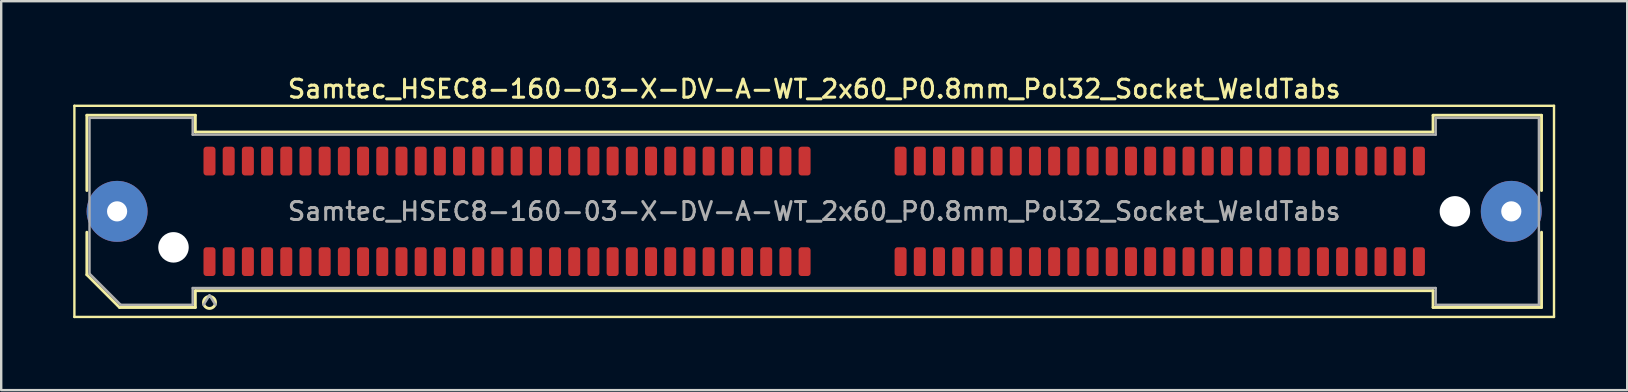
<source format=kicad_pcb>
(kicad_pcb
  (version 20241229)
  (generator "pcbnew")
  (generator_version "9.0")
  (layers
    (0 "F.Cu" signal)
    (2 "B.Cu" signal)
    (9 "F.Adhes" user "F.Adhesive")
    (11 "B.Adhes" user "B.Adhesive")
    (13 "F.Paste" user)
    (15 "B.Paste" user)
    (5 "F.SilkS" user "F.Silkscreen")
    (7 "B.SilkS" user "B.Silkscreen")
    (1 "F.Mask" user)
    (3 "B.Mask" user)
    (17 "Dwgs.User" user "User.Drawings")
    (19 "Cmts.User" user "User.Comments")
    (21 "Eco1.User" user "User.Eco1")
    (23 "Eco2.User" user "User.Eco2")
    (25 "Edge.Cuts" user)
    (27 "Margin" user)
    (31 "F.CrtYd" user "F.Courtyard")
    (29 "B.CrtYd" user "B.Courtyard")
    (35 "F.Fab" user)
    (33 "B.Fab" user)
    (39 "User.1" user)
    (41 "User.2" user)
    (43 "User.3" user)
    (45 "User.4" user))
  (footprint "Samtec_HSEC8-160-03-X-DV-A-WT_2x60_P0.8mm_Pol32_Socket_WeldTabs"
    (layer "F.Cu")
    (at 30.88 5.758)
    (property "Reference" "Samtec_HSEC8-160-03-X-DV-A-WT_2x60_P0.8mm_Pol32_Socket_WeldTabs" (at 0 -5.1 0) (layer "F.SilkS") (effects (font (size 0.75 0.75) (thickness 0.125))))
    (attr smd)
    (fp_line (start -30.83 -4.4) (end -30.83 4.4) (stroke (width 0.1) (type solid)) (layer "F.SilkS"))
    (fp_line (start -30.83 4.4) (end 30.83 4.4) (stroke (width 0.1) (type solid)) (layer "F.SilkS"))
    (fp_line (start -30.31 -4.005) (end -25.79 -4.005) (stroke (width 0.12) (type solid)) (layer "F.SilkS"))
    (fp_line (start -30.31 -0.868) (end -30.31 -4.005) (stroke (width 0.12) (type solid)) (layer "F.SilkS"))
    (fp_line (start -30.31 2.641) (end -30.31 0.868) (stroke (width 0.12) (type solid)) (layer "F.SilkS"))
    (fp_line (start -28.946 4.005) (end -30.31 2.641) (stroke (width 0.12) (type solid)) (layer "F.SilkS"))
    (fp_line (start -25.79 -4.005) (end -25.79 -3.305) (stroke (width 0.12) (type solid)) (layer "F.SilkS"))
    (fp_line (start -25.79 -3.305) (end 25.79 -3.305) (stroke (width 0.12) (type solid)) (layer "F.SilkS"))
    (fp_line (start -25.79 3.305) (end -25.79 4.005) (stroke (width 0.12) (type solid)) (layer "F.SilkS"))
    (fp_line (start -25.79 4.005) (end -28.946 4.005) (stroke (width 0.12) (type solid)) (layer "F.SilkS"))
    (fp_line (start 25.79 -4.005) (end 30.31 -4.005) (stroke (width 0.12) (type solid)) (layer "F.SilkS"))
    (fp_line (start 25.79 -3.305) (end 25.79 -4.005) (stroke (width 0.12) (type solid)) (layer "F.SilkS"))
    (fp_line (start 25.79 3.305) (end -25.79 3.305) (stroke (width 0.12) (type solid)) (layer "F.SilkS"))
    (fp_line (start 25.79 4.005) (end 25.79 3.305) (stroke (width 0.12) (type solid)) (layer "F.SilkS"))
    (fp_line (start 30.31 -4.005) (end 30.31 -0.868) (stroke (width 0.12) (type solid)) (layer "F.SilkS"))
    (fp_line (start 30.31 0.868) (end 30.31 4.005) (stroke (width 0.12) (type solid)) (layer "F.SilkS"))
    (fp_line (start 30.31 4.005) (end 25.79 4.005) (stroke (width 0.12) (type solid)) (layer "F.SilkS"))
    (fp_line (start 30.83 -4.4) (end -30.83 -4.4) (stroke (width 0.1) (type solid)) (layer "F.SilkS"))
    (fp_line (start 30.83 4.4) (end 30.83 -4.4) (stroke (width 0.1) (type solid)) (layer "F.SilkS"))
    (fp_arc (start -24.95 3.795) (mid -25.45 3.795) (end -24.95 3.795) (stroke (width 0.12) (type solid)) (layer "F.SilkS"))
    (fp_line (start -30.2 -3.895) (end -25.9 -3.895) (stroke (width 0.1) (type solid)) (layer "F.Fab"))
    (fp_line (start -30.2 2.595) (end -30.2 -3.895) (stroke (width 0.1) (type solid)) (layer "F.Fab"))
    (fp_line (start -28.9 3.895) (end -30.2 2.595) (stroke (width 0.1) (type solid)) (layer "F.Fab"))
    (fp_line (start -25.9 -3.895) (end -25.9 -3.195) (stroke (width 0.1) (type solid)) (layer "F.Fab"))
    (fp_line (start -25.9 -3.195) (end 25.9 -3.195) (stroke (width 0.1) (type solid)) (layer "F.Fab"))
    (fp_line (start -25.9 3.195) (end -25.9 3.895) (stroke (width 0.1) (type solid)) (layer "F.Fab"))
    (fp_line (start -25.9 3.895) (end -28.9 3.895) (stroke (width 0.1) (type solid)) (layer "F.Fab"))
    (fp_line (start -25.2 3.495) (end -25.45 3.895) (stroke (width 0.1) (type solid)) (layer "F.Fab"))
    (fp_line (start -25.2 3.495) (end -24.95 3.895) (stroke (width 0.1) (type solid)) (layer "F.Fab"))
    (fp_line (start 25.9 -3.895) (end 30.2 -3.895) (stroke (width 0.1) (type solid)) (layer "F.Fab"))
    (fp_line (start 25.9 -3.195) (end 25.9 -3.895) (stroke (width 0.1) (type solid)) (layer "F.Fab"))
    (fp_line (start 25.9 3.195) (end -25.9 3.195) (stroke (width 0.1) (type solid)) (layer "F.Fab"))
    (fp_line (start 25.9 3.895) (end 25.9 3.195) (stroke (width 0.1) (type solid)) (layer "F.Fab"))
    (fp_line (start 30.2 -3.895) (end 30.2 3.895) (stroke (width 0.1) (type solid)) (layer "F.Fab"))
    (fp_line (start 30.2 3.895) (end 25.9 3.895) (stroke (width 0.1) (type solid)) (layer "F.Fab"))
    (fp_text user "${REFERENCE}" (at 0 0 0) (layer "F.Fab") (effects (font (size 0.75 0.75) (thickness 0.125))))
    (pad "" thru_hole circle (at -29.05 0) (size 2.54 2.54) (drill 0.84) (layers "*.Cu" "*.Mask" "F.Paste"))
    (pad "" np_thru_hole circle (at -26.7 1.5) (size 1.27 1.27) (drill 1.27) (layers "*.Cu" "*.Mask"))
    (pad "" np_thru_hole circle (at 26.7 0) (size 1.27 1.27) (drill 1.27) (layers "*.Cu" "*.Mask"))
    (pad "" thru_hole circle (at 29.05 0) (size 2.54 2.54) (drill 0.84) (layers "*.Cu" "*.Mask" "F.Paste"))
    (pad "1" smd roundrect (at -25.2 2.095) (size 0.5 1.2) (layers "F.Cu" "F.Mask" "F.Paste") (roundrect_rratio 0.25))
    (pad "2" smd roundrect (at -25.2 -2.095) (size 0.5 1.2) (layers "F.Cu" "F.Mask" "F.Paste") (roundrect_rratio 0.25))
    (pad "3" smd roundrect (at -24.4 2.095) (size 0.5 1.2) (layers "F.Cu" "F.Mask" "F.Paste") (roundrect_rratio 0.25))
    (pad "4" smd roundrect (at -24.4 -2.095) (size 0.5 1.2) (layers "F.Cu" "F.Mask" "F.Paste") (roundrect_rratio 0.25))
    (pad "5" smd roundrect (at -23.6 2.095) (size 0.5 1.2) (layers "F.Cu" "F.Mask" "F.Paste") (roundrect_rratio 0.25))
    (pad "6" smd roundrect (at -23.6 -2.095) (size 0.5 1.2) (layers "F.Cu" "F.Mask" "F.Paste") (roundrect_rratio 0.25))
    (pad "7" smd roundrect (at -22.8 2.095) (size 0.5 1.2) (layers "F.Cu" "F.Mask" "F.Paste") (roundrect_rratio 0.25))
    (pad "8" smd roundrect (at -22.8 -2.095) (size 0.5 1.2) (layers "F.Cu" "F.Mask" "F.Paste") (roundrect_rratio 0.25))
    (pad "9" smd roundrect (at -22 2.095) (size 0.5 1.2) (layers "F.Cu" "F.Mask" "F.Paste") (roundrect_rratio 0.25))
    (pad "10" smd roundrect (at -22 -2.095) (size 0.5 1.2) (layers "F.Cu" "F.Mask" "F.Paste") (roundrect_rratio 0.25))
    (pad "11" smd roundrect (at -21.2 2.095) (size 0.5 1.2) (layers "F.Cu" "F.Mask" "F.Paste") (roundrect_rratio 0.25))
    (pad "12" smd roundrect (at -21.2 -2.095) (size 0.5 1.2) (layers "F.Cu" "F.Mask" "F.Paste") (roundrect_rratio 0.25))
    (pad "13" smd roundrect (at -20.4 2.095) (size 0.5 1.2) (layers "F.Cu" "F.Mask" "F.Paste") (roundrect_rratio 0.25))
    (pad "14" smd roundrect (at -20.4 -2.095) (size 0.5 1.2) (layers "F.Cu" "F.Mask" "F.Paste") (roundrect_rratio 0.25))
    (pad "15" smd roundrect (at -19.6 2.095) (size 0.5 1.2) (layers "F.Cu" "F.Mask" "F.Paste") (roundrect_rratio 0.25))
    (pad "16" smd roundrect (at -19.6 -2.095) (size 0.5 1.2) (layers "F.Cu" "F.Mask" "F.Paste") (roundrect_rratio 0.25))
    (pad "17" smd roundrect (at -18.8 2.095) (size 0.5 1.2) (layers "F.Cu" "F.Mask" "F.Paste") (roundrect_rratio 0.25))
    (pad "18" smd roundrect (at -18.8 -2.095) (size 0.5 1.2) (layers "F.Cu" "F.Mask" "F.Paste") (roundrect_rratio 0.25))
    (pad "19" smd roundrect (at -18 2.095) (size 0.5 1.2) (layers "F.Cu" "F.Mask" "F.Paste") (roundrect_rratio 0.25))
    (pad "20" smd roundrect (at -18 -2.095) (size 0.5 1.2) (layers "F.Cu" "F.Mask" "F.Paste") (roundrect_rratio 0.25))
    (pad "21" smd roundrect (at -17.2 2.095) (size 0.5 1.2) (layers "F.Cu" "F.Mask" "F.Paste") (roundrect_rratio 0.25))
    (pad "22" smd roundrect (at -17.2 -2.095) (size 0.5 1.2) (layers "F.Cu" "F.Mask" "F.Paste") (roundrect_rratio 0.25))
    (pad "23" smd roundrect (at -16.4 2.095) (size 0.5 1.2) (layers "F.Cu" "F.Mask" "F.Paste") (roundrect_rratio 0.25))
    (pad "24" smd roundrect (at -16.4 -2.095) (size 0.5 1.2) (layers "F.Cu" "F.Mask" "F.Paste") (roundrect_rratio 0.25))
    (pad "25" smd roundrect (at -15.6 2.095) (size 0.5 1.2) (layers "F.Cu" "F.Mask" "F.Paste") (roundrect_rratio 0.25))
    (pad "26" smd roundrect (at -15.6 -2.095) (size 0.5 1.2) (layers "F.Cu" "F.Mask" "F.Paste") (roundrect_rratio 0.25))
    (pad "27" smd roundrect (at -14.8 2.095) (size 0.5 1.2) (layers "F.Cu" "F.Mask" "F.Paste") (roundrect_rratio 0.25))
    (pad "28" smd roundrect (at -14.8 -2.095) (size 0.5 1.2) (layers "F.Cu" "F.Mask" "F.Paste") (roundrect_rratio 0.25))
    (pad "29" smd roundrect (at -14 2.095) (size 0.5 1.2) (layers "F.Cu" "F.Mask" "F.Paste") (roundrect_rratio 0.25))
    (pad "30" smd roundrect (at -14 -2.095) (size 0.5 1.2) (layers "F.Cu" "F.Mask" "F.Paste") (roundrect_rratio 0.25))
    (pad "31" smd roundrect (at -13.2 2.095) (size 0.5 1.2) (layers "F.Cu" "F.Mask" "F.Paste") (roundrect_rratio 0.25))
    (pad "32" smd roundrect (at -13.2 -2.095) (size 0.5 1.2) (layers "F.Cu" "F.Mask" "F.Paste") (roundrect_rratio 0.25))
    (pad "33" smd roundrect (at -12.4 2.095) (size 0.5 1.2) (layers "F.Cu" "F.Mask" "F.Paste") (roundrect_rratio 0.25))
    (pad "34" smd roundrect (at -12.4 -2.095) (size 0.5 1.2) (layers "F.Cu" "F.Mask" "F.Paste") (roundrect_rratio 0.25))
    (pad "35" smd roundrect (at -11.6 2.095) (size 0.5 1.2) (layers "F.Cu" "F.Mask" "F.Paste") (roundrect_rratio 0.25))
    (pad "36" smd roundrect (at -11.6 -2.095) (size 0.5 1.2) (layers "F.Cu" "F.Mask" "F.Paste") (roundrect_rratio 0.25))
    (pad "37" smd roundrect (at -10.8 2.095) (size 0.5 1.2) (layers "F.Cu" "F.Mask" "F.Paste") (roundrect_rratio 0.25))
    (pad "38" smd roundrect (at -10.8 -2.095) (size 0.5 1.2) (layers "F.Cu" "F.Mask" "F.Paste") (roundrect_rratio 0.25))
    (pad "39" smd roundrect (at -10 2.095) (size 0.5 1.2) (layers "F.Cu" "F.Mask" "F.Paste") (roundrect_rratio 0.25))
    (pad "40" smd roundrect (at -10 -2.095) (size 0.5 1.2) (layers "F.Cu" "F.Mask" "F.Paste") (roundrect_rratio 0.25))
    (pad "41" smd roundrect (at -9.2 2.095) (size 0.5 1.2) (layers "F.Cu" "F.Mask" "F.Paste") (roundrect_rratio 0.25))
    (pad "42" smd roundrect (at -9.2 -2.095) (size 0.5 1.2) (layers "F.Cu" "F.Mask" "F.Paste") (roundrect_rratio 0.25))
    (pad "43" smd roundrect (at -8.4 2.095) (size 0.5 1.2) (layers "F.Cu" "F.Mask" "F.Paste") (roundrect_rratio 0.25))
    (pad "44" smd roundrect (at -8.4 -2.095) (size 0.5 1.2) (layers "F.Cu" "F.Mask" "F.Paste") (roundrect_rratio 0.25))
    (pad "45" smd roundrect (at -7.6 2.095) (size 0.5 1.2) (layers "F.Cu" "F.Mask" "F.Paste") (roundrect_rratio 0.25))
    (pad "46" smd roundrect (at -7.6 -2.095) (size 0.5 1.2) (layers "F.Cu" "F.Mask" "F.Paste") (roundrect_rratio 0.25))
    (pad "47" smd roundrect (at -6.8 2.095) (size 0.5 1.2) (layers "F.Cu" "F.Mask" "F.Paste") (roundrect_rratio 0.25))
    (pad "48" smd roundrect (at -6.8 -2.095) (size 0.5 1.2) (layers "F.Cu" "F.Mask" "F.Paste") (roundrect_rratio 0.25))
    (pad "49" smd roundrect (at -6 2.095) (size 0.5 1.2) (layers "F.Cu" "F.Mask" "F.Paste") (roundrect_rratio 0.25))
    (pad "50" smd roundrect (at -6 -2.095) (size 0.5 1.2) (layers "F.Cu" "F.Mask" "F.Paste") (roundrect_rratio 0.25))
    (pad "51" smd roundrect (at -5.2 2.095) (size 0.5 1.2) (layers "F.Cu" "F.Mask" "F.Paste") (roundrect_rratio 0.25))
    (pad "52" smd roundrect (at -5.2 -2.095) (size 0.5 1.2) (layers "F.Cu" "F.Mask" "F.Paste") (roundrect_rratio 0.25))
    (pad "53" smd roundrect (at -4.4 2.095) (size 0.5 1.2) (layers "F.Cu" "F.Mask" "F.Paste") (roundrect_rratio 0.25))
    (pad "54" smd roundrect (at -4.4 -2.095) (size 0.5 1.2) (layers "F.Cu" "F.Mask" "F.Paste") (roundrect_rratio 0.25))
    (pad "55" smd roundrect (at -3.6 2.095) (size 0.5 1.2) (layers "F.Cu" "F.Mask" "F.Paste") (roundrect_rratio 0.25))
    (pad "56" smd roundrect (at -3.6 -2.095) (size 0.5 1.2) (layers "F.Cu" "F.Mask" "F.Paste") (roundrect_rratio 0.25))
    (pad "57" smd roundrect (at -2.8 2.095) (size 0.5 1.2) (layers "F.Cu" "F.Mask" "F.Paste") (roundrect_rratio 0.25))
    (pad "58" smd roundrect (at -2.8 -2.095) (size 0.5 1.2) (layers "F.Cu" "F.Mask" "F.Paste") (roundrect_rratio 0.25))
    (pad "59" smd roundrect (at -2 2.095) (size 0.5 1.2) (layers "F.Cu" "F.Mask" "F.Paste") (roundrect_rratio 0.25))
    (pad "60" smd roundrect (at -2 -2.095) (size 0.5 1.2) (layers "F.Cu" "F.Mask" "F.Paste") (roundrect_rratio 0.25))
    (pad "61" smd roundrect (at -1.2 2.095) (size 0.5 1.2) (layers "F.Cu" "F.Mask" "F.Paste") (roundrect_rratio 0.25))
    (pad "62" smd roundrect (at -1.2 -2.095) (size 0.5 1.2) (layers "F.Cu" "F.Mask" "F.Paste") (roundrect_rratio 0.25))
    (pad "63" smd roundrect (at -0.4 2.095) (size 0.5 1.2) (layers "F.Cu" "F.Mask" "F.Paste") (roundrect_rratio 0.25))
    (pad "64" smd roundrect (at -0.4 -2.095) (size 0.5 1.2) (layers "F.Cu" "F.Mask" "F.Paste") (roundrect_rratio 0.25))
    (pad "65" smd roundrect (at 3.6 2.095) (size 0.5 1.2) (layers "F.Cu" "F.Mask" "F.Paste") (roundrect_rratio 0.25))
    (pad "66" smd roundrect (at 3.6 -2.095) (size 0.5 1.2) (layers "F.Cu" "F.Mask" "F.Paste") (roundrect_rratio 0.25))
    (pad "67" smd roundrect (at 4.4 2.095) (size 0.5 1.2) (layers "F.Cu" "F.Mask" "F.Paste") (roundrect_rratio 0.25))
    (pad "68" smd roundrect (at 4.4 -2.095) (size 0.5 1.2) (layers "F.Cu" "F.Mask" "F.Paste") (roundrect_rratio 0.25))
    (pad "69" smd roundrect (at 5.2 2.095) (size 0.5 1.2) (layers "F.Cu" "F.Mask" "F.Paste") (roundrect_rratio 0.25))
    (pad "70" smd roundrect (at 5.2 -2.095) (size 0.5 1.2) (layers "F.Cu" "F.Mask" "F.Paste") (roundrect_rratio 0.25))
    (pad "71" smd roundrect (at 6 2.095) (size 0.5 1.2) (layers "F.Cu" "F.Mask" "F.Paste") (roundrect_rratio 0.25))
    (pad "72" smd roundrect (at 6 -2.095) (size 0.5 1.2) (layers "F.Cu" "F.Mask" "F.Paste") (roundrect_rratio 0.25))
    (pad "73" smd roundrect (at 6.8 2.095) (size 0.5 1.2) (layers "F.Cu" "F.Mask" "F.Paste") (roundrect_rratio 0.25))
    (pad "74" smd roundrect (at 6.8 -2.095) (size 0.5 1.2) (layers "F.Cu" "F.Mask" "F.Paste") (roundrect_rratio 0.25))
    (pad "75" smd roundrect (at 7.6 2.095) (size 0.5 1.2) (layers "F.Cu" "F.Mask" "F.Paste") (roundrect_rratio 0.25))
    (pad "76" smd roundrect (at 7.6 -2.095) (size 0.5 1.2) (layers "F.Cu" "F.Mask" "F.Paste") (roundrect_rratio 0.25))
    (pad "77" smd roundrect (at 8.4 2.095) (size 0.5 1.2) (layers "F.Cu" "F.Mask" "F.Paste") (roundrect_rratio 0.25))
    (pad "78" smd roundrect (at 8.4 -2.095) (size 0.5 1.2) (layers "F.Cu" "F.Mask" "F.Paste") (roundrect_rratio 0.25))
    (pad "79" smd roundrect (at 9.2 2.095) (size 0.5 1.2) (layers "F.Cu" "F.Mask" "F.Paste") (roundrect_rratio 0.25))
    (pad "80" smd roundrect (at 9.2 -2.095) (size 0.5 1.2) (layers "F.Cu" "F.Mask" "F.Paste") (roundrect_rratio 0.25))
    (pad "81" smd roundrect (at 10 2.095) (size 0.5 1.2) (layers "F.Cu" "F.Mask" "F.Paste") (roundrect_rratio 0.25))
    (pad "82" smd roundrect (at 10 -2.095) (size 0.5 1.2) (layers "F.Cu" "F.Mask" "F.Paste") (roundrect_rratio 0.25))
    (pad "83" smd roundrect (at 10.8 2.095) (size 0.5 1.2) (layers "F.Cu" "F.Mask" "F.Paste") (roundrect_rratio 0.25))
    (pad "84" smd roundrect (at 10.8 -2.095) (size 0.5 1.2) (layers "F.Cu" "F.Mask" "F.Paste") (roundrect_rratio 0.25))
    (pad "85" smd roundrect (at 11.6 2.095) (size 0.5 1.2) (layers "F.Cu" "F.Mask" "F.Paste") (roundrect_rratio 0.25))
    (pad "86" smd roundrect (at 11.6 -2.095) (size 0.5 1.2) (layers "F.Cu" "F.Mask" "F.Paste") (roundrect_rratio 0.25))
    (pad "87" smd roundrect (at 12.4 2.095) (size 0.5 1.2) (layers "F.Cu" "F.Mask" "F.Paste") (roundrect_rratio 0.25))
    (pad "88" smd roundrect (at 12.4 -2.095) (size 0.5 1.2) (layers "F.Cu" "F.Mask" "F.Paste") (roundrect_rratio 0.25))
    (pad "89" smd roundrect (at 13.2 2.095) (size 0.5 1.2) (layers "F.Cu" "F.Mask" "F.Paste") (roundrect_rratio 0.25))
    (pad "90" smd roundrect (at 13.2 -2.095) (size 0.5 1.2) (layers "F.Cu" "F.Mask" "F.Paste") (roundrect_rratio 0.25))
    (pad "91" smd roundrect (at 14 2.095) (size 0.5 1.2) (layers "F.Cu" "F.Mask" "F.Paste") (roundrect_rratio 0.25))
    (pad "92" smd roundrect (at 14 -2.095) (size 0.5 1.2) (layers "F.Cu" "F.Mask" "F.Paste") (roundrect_rratio 0.25))
    (pad "93" smd roundrect (at 14.8 2.095) (size 0.5 1.2) (layers "F.Cu" "F.Mask" "F.Paste") (roundrect_rratio 0.25))
    (pad "94" smd roundrect (at 14.8 -2.095) (size 0.5 1.2) (layers "F.Cu" "F.Mask" "F.Paste") (roundrect_rratio 0.25))
    (pad "95" smd roundrect (at 15.6 2.095) (size 0.5 1.2) (layers "F.Cu" "F.Mask" "F.Paste") (roundrect_rratio 0.25))
    (pad "96" smd roundrect (at 15.6 -2.095) (size 0.5 1.2) (layers "F.Cu" "F.Mask" "F.Paste") (roundrect_rratio 0.25))
    (pad "97" smd roundrect (at 16.4 2.095) (size 0.5 1.2) (layers "F.Cu" "F.Mask" "F.Paste") (roundrect_rratio 0.25))
    (pad "98" smd roundrect (at 16.4 -2.095) (size 0.5 1.2) (layers "F.Cu" "F.Mask" "F.Paste") (roundrect_rratio 0.25))
    (pad "99" smd roundrect (at 17.2 2.095) (size 0.5 1.2) (layers "F.Cu" "F.Mask" "F.Paste") (roundrect_rratio 0.25))
    (pad "100" smd roundrect (at 17.2 -2.095) (size 0.5 1.2) (layers "F.Cu" "F.Mask" "F.Paste") (roundrect_rratio 0.25))
    (pad "101" smd roundrect (at 18 2.095) (size 0.5 1.2) (layers "F.Cu" "F.Mask" "F.Paste") (roundrect_rratio 0.25))
    (pad "102" smd roundrect (at 18 -2.095) (size 0.5 1.2) (layers "F.Cu" "F.Mask" "F.Paste") (roundrect_rratio 0.25))
    (pad "103" smd roundrect (at 18.8 2.095) (size 0.5 1.2) (layers "F.Cu" "F.Mask" "F.Paste") (roundrect_rratio 0.25))
    (pad "104" smd roundrect (at 18.8 -2.095) (size 0.5 1.2) (layers "F.Cu" "F.Mask" "F.Paste") (roundrect_rratio 0.25))
    (pad "105" smd roundrect (at 19.6 2.095) (size 0.5 1.2) (layers "F.Cu" "F.Mask" "F.Paste") (roundrect_rratio 0.25))
    (pad "106" smd roundrect (at 19.6 -2.095) (size 0.5 1.2) (layers "F.Cu" "F.Mask" "F.Paste") (roundrect_rratio 0.25))
    (pad "107" smd roundrect (at 20.4 2.095) (size 0.5 1.2) (layers "F.Cu" "F.Mask" "F.Paste") (roundrect_rratio 0.25))
    (pad "108" smd roundrect (at 20.4 -2.095) (size 0.5 1.2) (layers "F.Cu" "F.Mask" "F.Paste") (roundrect_rratio 0.25))
    (pad "109" smd roundrect (at 21.2 2.095) (size 0.5 1.2) (layers "F.Cu" "F.Mask" "F.Paste") (roundrect_rratio 0.25))
    (pad "110" smd roundrect (at 21.2 -2.095) (size 0.5 1.2) (layers "F.Cu" "F.Mask" "F.Paste") (roundrect_rratio 0.25))
    (pad "111" smd roundrect (at 22 2.095) (size 0.5 1.2) (layers "F.Cu" "F.Mask" "F.Paste") (roundrect_rratio 0.25))
    (pad "112" smd roundrect (at 22 -2.095) (size 0.5 1.2) (layers "F.Cu" "F.Mask" "F.Paste") (roundrect_rratio 0.25))
    (pad "113" smd roundrect (at 22.8 2.095) (size 0.5 1.2) (layers "F.Cu" "F.Mask" "F.Paste") (roundrect_rratio 0.25))
    (pad "114" smd roundrect (at 22.8 -2.095) (size 0.5 1.2) (layers "F.Cu" "F.Mask" "F.Paste") (roundrect_rratio 0.25))
    (pad "115" smd roundrect (at 23.6 2.095) (size 0.5 1.2) (layers "F.Cu" "F.Mask" "F.Paste") (roundrect_rratio 0.25))
    (pad "116" smd roundrect (at 23.6 -2.095) (size 0.5 1.2) (layers "F.Cu" "F.Mask" "F.Paste") (roundrect_rratio 0.25))
    (pad "117" smd roundrect (at 24.4 2.095) (size 0.5 1.2) (layers "F.Cu" "F.Mask" "F.Paste") (roundrect_rratio 0.25))
    (pad "118" smd roundrect (at 24.4 -2.095) (size 0.5 1.2) (layers "F.Cu" "F.Mask" "F.Paste") (roundrect_rratio 0.25))
    (pad "119" smd roundrect (at 25.2 2.095) (size 0.5 1.2) (layers "F.Cu" "F.Mask" "F.Paste") (roundrect_rratio 0.25))
    (pad "120" smd roundrect (at 25.2 -2.095) (size 0.5 1.2) (layers "F.Cu" "F.Mask" "F.Paste") (roundrect_rratio 0.25)))
  (gr_rect
    (start -3 -3)
    (end 64.76 13.208)
    (stroke (width 0.1) (type default))
    (fill no)
    (layer "Edge.Cuts")))
</source>
